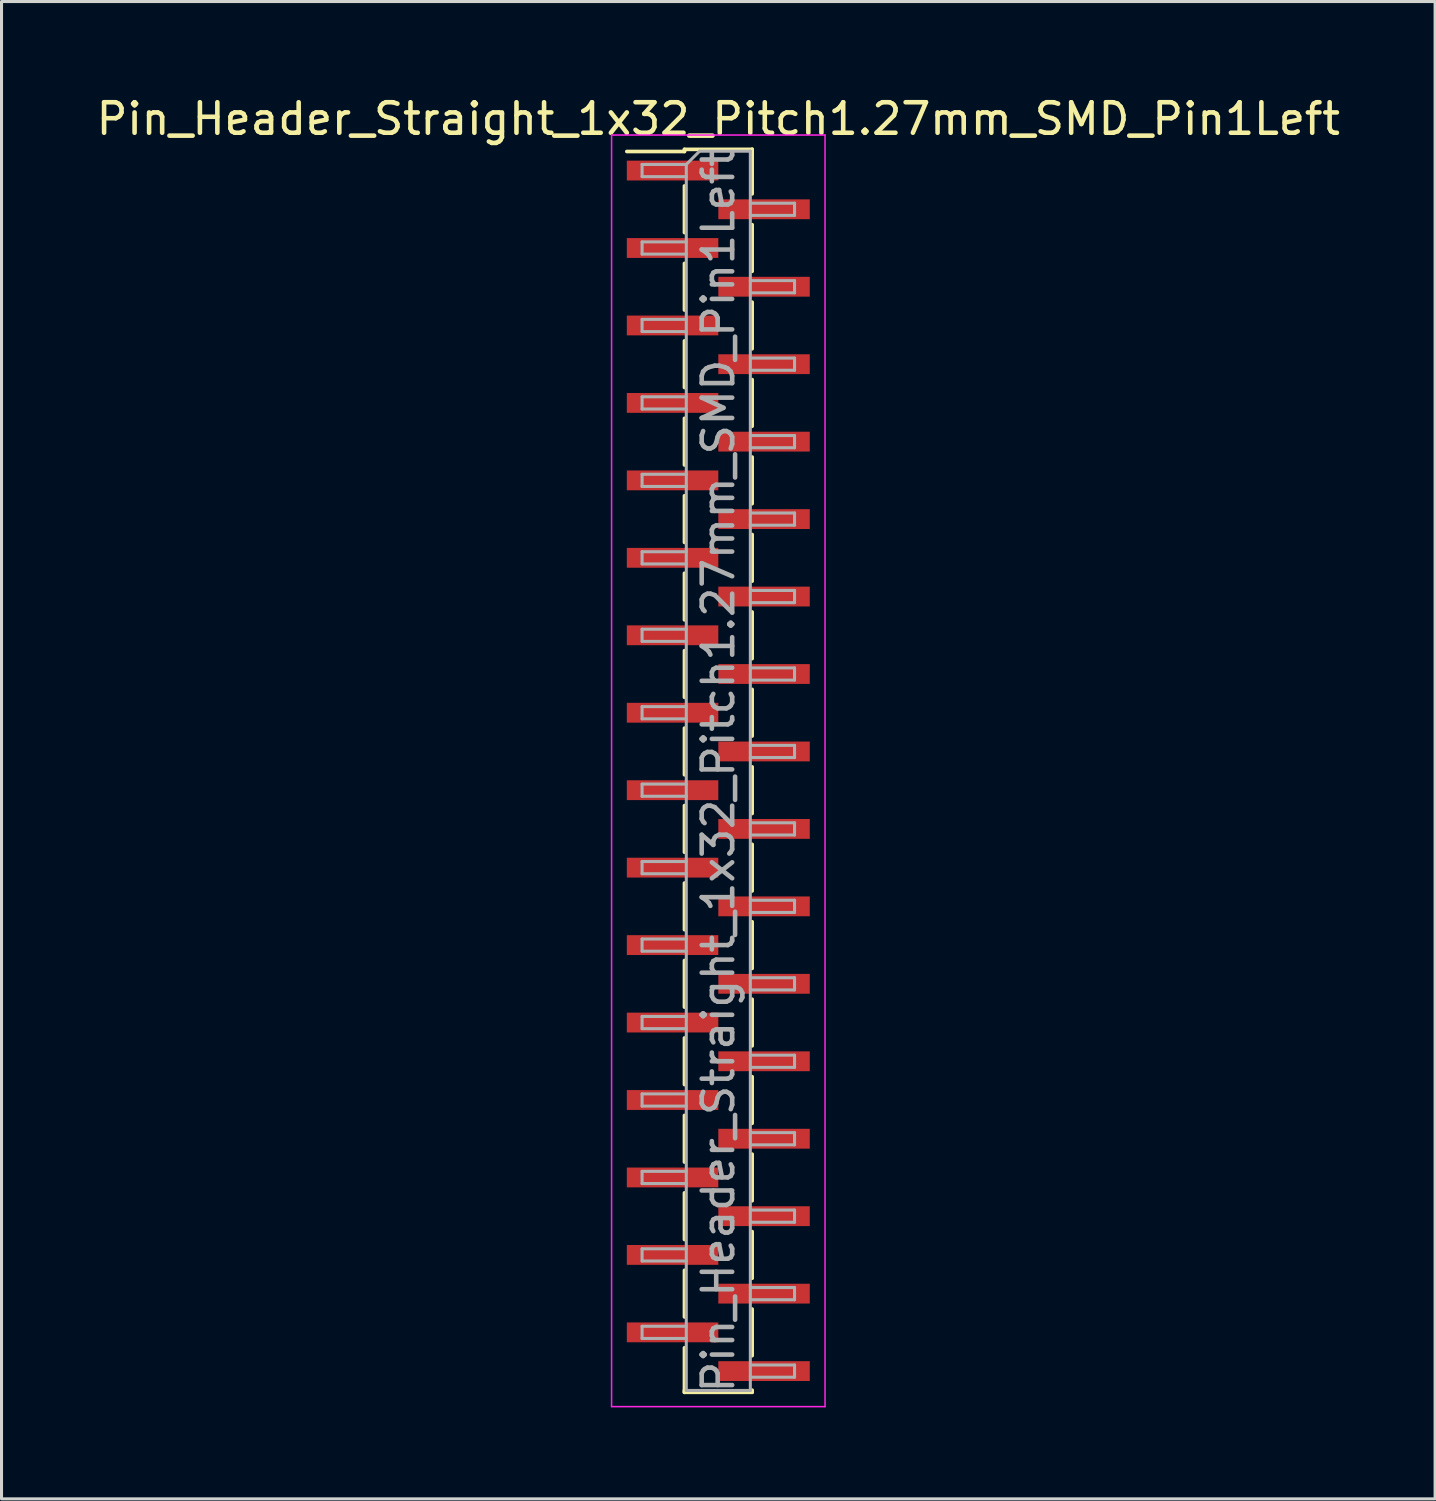
<source format=kicad_pcb>
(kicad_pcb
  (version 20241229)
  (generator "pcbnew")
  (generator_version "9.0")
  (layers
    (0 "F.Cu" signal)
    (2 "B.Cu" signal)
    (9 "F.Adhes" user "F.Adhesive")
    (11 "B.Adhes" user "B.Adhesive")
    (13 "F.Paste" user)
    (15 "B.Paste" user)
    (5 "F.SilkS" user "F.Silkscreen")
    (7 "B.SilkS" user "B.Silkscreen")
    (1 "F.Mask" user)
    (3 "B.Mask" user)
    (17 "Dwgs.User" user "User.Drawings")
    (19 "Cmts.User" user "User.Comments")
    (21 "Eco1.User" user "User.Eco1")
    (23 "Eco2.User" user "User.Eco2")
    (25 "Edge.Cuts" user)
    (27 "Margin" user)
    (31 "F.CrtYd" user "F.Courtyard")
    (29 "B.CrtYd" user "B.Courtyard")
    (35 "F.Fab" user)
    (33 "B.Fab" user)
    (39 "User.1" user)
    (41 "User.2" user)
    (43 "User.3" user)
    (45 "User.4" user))
  (footprint "Pin_Header_Straight_1x32_Pitch1.27mm_SMD_Pin1Left"
    (layer "F.Cu")
    (at 20.506 22.228)
    (property "Reference" "Pin_Header_Straight_1x32_Pitch1.27mm_SMD_Pin1Left" (at 0 -21.38 0) (layer "F.SilkS") (effects (font (size 1 1) (thickness 0.15))))
    (attr smd)
    (fp_line (start -1.11 -20.38) (end 1.11 -20.38) (stroke (width 0.12) (type solid)) (layer "F.SilkS"))
    (fp_line (start -1.11 -20.31) (end -3 -20.31) (stroke (width 0.12) (type solid)) (layer "F.SilkS"))
    (fp_line (start -1.11 -20.31) (end -1.11 -20.38) (stroke (width 0.12) (type solid)) (layer "F.SilkS"))
    (fp_line (start -1.11 -19.18) (end -1.11 -17.65) (stroke (width 0.12) (type solid)) (layer "F.SilkS"))
    (fp_line (start -1.11 -16.64) (end -1.11 -15.11) (stroke (width 0.12) (type solid)) (layer "F.SilkS"))
    (fp_line (start -1.11 -14.1) (end -1.11 -12.57) (stroke (width 0.12) (type solid)) (layer "F.SilkS"))
    (fp_line (start -1.11 -11.56) (end -1.11 -10.03) (stroke (width 0.12) (type solid)) (layer "F.SilkS"))
    (fp_line (start -1.11 -9.02) (end -1.11 -7.49) (stroke (width 0.12) (type solid)) (layer "F.SilkS"))
    (fp_line (start -1.11 -6.48) (end -1.11 -4.95) (stroke (width 0.12) (type solid)) (layer "F.SilkS"))
    (fp_line (start -1.11 -3.94) (end -1.11 -2.41) (stroke (width 0.12) (type solid)) (layer "F.SilkS"))
    (fp_line (start -1.11 -1.4) (end -1.11 0.13) (stroke (width 0.12) (type solid)) (layer "F.SilkS"))
    (fp_line (start -1.11 1.14) (end -1.11 2.67) (stroke (width 0.12) (type solid)) (layer "F.SilkS"))
    (fp_line (start -1.11 3.68) (end -1.11 5.21) (stroke (width 0.12) (type solid)) (layer "F.SilkS"))
    (fp_line (start -1.11 6.22) (end -1.11 7.75) (stroke (width 0.12) (type solid)) (layer "F.SilkS"))
    (fp_line (start -1.11 8.76) (end -1.11 10.29) (stroke (width 0.12) (type solid)) (layer "F.SilkS"))
    (fp_line (start -1.11 11.3) (end -1.11 12.83) (stroke (width 0.12) (type solid)) (layer "F.SilkS"))
    (fp_line (start -1.11 13.84) (end -1.11 15.37) (stroke (width 0.12) (type solid)) (layer "F.SilkS"))
    (fp_line (start -1.11 16.38) (end -1.11 17.91) (stroke (width 0.12) (type solid)) (layer "F.SilkS"))
    (fp_line (start -1.11 18.92) (end -1.11 20.38) (stroke (width 0.12) (type solid)) (layer "F.SilkS"))
    (fp_line (start -1.11 20.31) (end -1.11 20.38) (stroke (width 0.12) (type solid)) (layer "F.SilkS"))
    (fp_line (start -1.11 20.38) (end 1.11 20.38) (stroke (width 0.12) (type solid)) (layer "F.SilkS"))
    (fp_line (start 1.11 -20.38) (end 1.11 -20.31) (stroke (width 0.12) (type solid)) (layer "F.SilkS"))
    (fp_line (start 1.11 -20.38) (end 1.11 -18.92) (stroke (width 0.12) (type solid)) (layer "F.SilkS"))
    (fp_line (start 1.11 -17.91) (end 1.11 -16.38) (stroke (width 0.12) (type solid)) (layer "F.SilkS"))
    (fp_line (start 1.11 -15.37) (end 1.11 -13.84) (stroke (width 0.12) (type solid)) (layer "F.SilkS"))
    (fp_line (start 1.11 -12.83) (end 1.11 -11.3) (stroke (width 0.12) (type solid)) (layer "F.SilkS"))
    (fp_line (start 1.11 -10.29) (end 1.11 -8.76) (stroke (width 0.12) (type solid)) (layer "F.SilkS"))
    (fp_line (start 1.11 -7.75) (end 1.11 -6.22) (stroke (width 0.12) (type solid)) (layer "F.SilkS"))
    (fp_line (start 1.11 -5.21) (end 1.11 -3.68) (stroke (width 0.12) (type solid)) (layer "F.SilkS"))
    (fp_line (start 1.11 -2.67) (end 1.11 -1.14) (stroke (width 0.12) (type solid)) (layer "F.SilkS"))
    (fp_line (start 1.11 -0.13) (end 1.11 1.4) (stroke (width 0.12) (type solid)) (layer "F.SilkS"))
    (fp_line (start 1.11 2.41) (end 1.11 3.94) (stroke (width 0.12) (type solid)) (layer "F.SilkS"))
    (fp_line (start 1.11 4.95) (end 1.11 6.48) (stroke (width 0.12) (type solid)) (layer "F.SilkS"))
    (fp_line (start 1.11 7.49) (end 1.11 9.02) (stroke (width 0.12) (type solid)) (layer "F.SilkS"))
    (fp_line (start 1.11 10.03) (end 1.11 11.56) (stroke (width 0.12) (type solid)) (layer "F.SilkS"))
    (fp_line (start 1.11 12.57) (end 1.11 14.1) (stroke (width 0.12) (type solid)) (layer "F.SilkS"))
    (fp_line (start 1.11 15.11) (end 1.11 16.64) (stroke (width 0.12) (type solid)) (layer "F.SilkS"))
    (fp_line (start 1.11 17.65) (end 1.11 19.18) (stroke (width 0.12) (type solid)) (layer "F.SilkS"))
    (fp_line (start 1.11 20.38) (end 1.11 20.31) (stroke (width 0.12) (type solid)) (layer "F.SilkS"))
    (fp_line (start -3.5 -20.85) (end -3.5 20.85) (stroke (width 0.05) (type solid)) (layer "F.CrtYd"))
    (fp_line (start -3.5 20.85) (end 3.5 20.85) (stroke (width 0.05) (type solid)) (layer "F.CrtYd"))
    (fp_line (start 3.5 -20.85) (end -3.5 -20.85) (stroke (width 0.05) (type solid)) (layer "F.CrtYd"))
    (fp_line (start 3.5 20.85) (end 3.5 -20.85) (stroke (width 0.05) (type solid)) (layer "F.CrtYd"))
    (fp_line (start -2.5 -19.885) (end -2.5 -19.485) (stroke (width 0.1) (type solid)) (layer "F.Fab"))
    (fp_line (start -2.5 -19.485) (end -1.05 -19.485) (stroke (width 0.1) (type solid)) (layer "F.Fab"))
    (fp_line (start -2.5 -17.345) (end -2.5 -16.945) (stroke (width 0.1) (type solid)) (layer "F.Fab"))
    (fp_line (start -2.5 -16.945) (end -1.05 -16.945) (stroke (width 0.1) (type solid)) (layer "F.Fab"))
    (fp_line (start -2.5 -14.805) (end -2.5 -14.405) (stroke (width 0.1) (type solid)) (layer "F.Fab"))
    (fp_line (start -2.5 -14.405) (end -1.05 -14.405) (stroke (width 0.1) (type solid)) (layer "F.Fab"))
    (fp_line (start -2.5 -12.265) (end -2.5 -11.865) (stroke (width 0.1) (type solid)) (layer "F.Fab"))
    (fp_line (start -2.5 -11.865) (end -1.05 -11.865) (stroke (width 0.1) (type solid)) (layer "F.Fab"))
    (fp_line (start -2.5 -9.725) (end -2.5 -9.325) (stroke (width 0.1) (type solid)) (layer "F.Fab"))
    (fp_line (start -2.5 -9.325) (end -1.05 -9.325) (stroke (width 0.1) (type solid)) (layer "F.Fab"))
    (fp_line (start -2.5 -7.185) (end -2.5 -6.785) (stroke (width 0.1) (type solid)) (layer "F.Fab"))
    (fp_line (start -2.5 -6.785) (end -1.05 -6.785) (stroke (width 0.1) (type solid)) (layer "F.Fab"))
    (fp_line (start -2.5 -4.645) (end -2.5 -4.245) (stroke (width 0.1) (type solid)) (layer "F.Fab"))
    (fp_line (start -2.5 -4.245) (end -1.05 -4.245) (stroke (width 0.1) (type solid)) (layer "F.Fab"))
    (fp_line (start -2.5 -2.105) (end -2.5 -1.705) (stroke (width 0.1) (type solid)) (layer "F.Fab"))
    (fp_line (start -2.5 -1.705) (end -1.05 -1.705) (stroke (width 0.1) (type solid)) (layer "F.Fab"))
    (fp_line (start -2.5 0.435) (end -2.5 0.835) (stroke (width 0.1) (type solid)) (layer "F.Fab"))
    (fp_line (start -2.5 0.835) (end -1.05 0.835) (stroke (width 0.1) (type solid)) (layer "F.Fab"))
    (fp_line (start -2.5 2.975) (end -2.5 3.375) (stroke (width 0.1) (type solid)) (layer "F.Fab"))
    (fp_line (start -2.5 3.375) (end -1.05 3.375) (stroke (width 0.1) (type solid)) (layer "F.Fab"))
    (fp_line (start -2.5 5.515) (end -2.5 5.915) (stroke (width 0.1) (type solid)) (layer "F.Fab"))
    (fp_line (start -2.5 5.915) (end -1.05 5.915) (stroke (width 0.1) (type solid)) (layer "F.Fab"))
    (fp_line (start -2.5 8.055) (end -2.5 8.455) (stroke (width 0.1) (type solid)) (layer "F.Fab"))
    (fp_line (start -2.5 8.455) (end -1.05 8.455) (stroke (width 0.1) (type solid)) (layer "F.Fab"))
    (fp_line (start -2.5 10.595) (end -2.5 10.995) (stroke (width 0.1) (type solid)) (layer "F.Fab"))
    (fp_line (start -2.5 10.995) (end -1.05 10.995) (stroke (width 0.1) (type solid)) (layer "F.Fab"))
    (fp_line (start -2.5 13.135) (end -2.5 13.535) (stroke (width 0.1) (type solid)) (layer "F.Fab"))
    (fp_line (start -2.5 13.535) (end -1.05 13.535) (stroke (width 0.1) (type solid)) (layer "F.Fab"))
    (fp_line (start -2.5 15.675) (end -2.5 16.075) (stroke (width 0.1) (type solid)) (layer "F.Fab"))
    (fp_line (start -2.5 16.075) (end -1.05 16.075) (stroke (width 0.1) (type solid)) (layer "F.Fab"))
    (fp_line (start -2.5 18.215) (end -2.5 18.615) (stroke (width 0.1) (type solid)) (layer "F.Fab"))
    (fp_line (start -2.5 18.615) (end -1.05 18.615) (stroke (width 0.1) (type solid)) (layer "F.Fab"))
    (fp_line (start -1.05 -19.885) (end -2.5 -19.885) (stroke (width 0.1) (type solid)) (layer "F.Fab"))
    (fp_line (start -1.05 -19.885) (end -0.615 -20.32) (stroke (width 0.1) (type solid)) (layer "F.Fab"))
    (fp_line (start -1.05 -17.345) (end -2.5 -17.345) (stroke (width 0.1) (type solid)) (layer "F.Fab"))
    (fp_line (start -1.05 -14.805) (end -2.5 -14.805) (stroke (width 0.1) (type solid)) (layer "F.Fab"))
    (fp_line (start -1.05 -12.265) (end -2.5 -12.265) (stroke (width 0.1) (type solid)) (layer "F.Fab"))
    (fp_line (start -1.05 -9.725) (end -2.5 -9.725) (stroke (width 0.1) (type solid)) (layer "F.Fab"))
    (fp_line (start -1.05 -7.185) (end -2.5 -7.185) (stroke (width 0.1) (type solid)) (layer "F.Fab"))
    (fp_line (start -1.05 -4.645) (end -2.5 -4.645) (stroke (width 0.1) (type solid)) (layer "F.Fab"))
    (fp_line (start -1.05 -2.105) (end -2.5 -2.105) (stroke (width 0.1) (type solid)) (layer "F.Fab"))
    (fp_line (start -1.05 0.435) (end -2.5 0.435) (stroke (width 0.1) (type solid)) (layer "F.Fab"))
    (fp_line (start -1.05 2.975) (end -2.5 2.975) (stroke (width 0.1) (type solid)) (layer "F.Fab"))
    (fp_line (start -1.05 5.515) (end -2.5 5.515) (stroke (width 0.1) (type solid)) (layer "F.Fab"))
    (fp_line (start -1.05 8.055) (end -2.5 8.055) (stroke (width 0.1) (type solid)) (layer "F.Fab"))
    (fp_line (start -1.05 10.595) (end -2.5 10.595) (stroke (width 0.1) (type solid)) (layer "F.Fab"))
    (fp_line (start -1.05 13.135) (end -2.5 13.135) (stroke (width 0.1) (type solid)) (layer "F.Fab"))
    (fp_line (start -1.05 15.675) (end -2.5 15.675) (stroke (width 0.1) (type solid)) (layer "F.Fab"))
    (fp_line (start -1.05 18.215) (end -2.5 18.215) (stroke (width 0.1) (type solid)) (layer "F.Fab"))
    (fp_line (start -1.05 20.32) (end -1.05 -19.885) (stroke (width 0.1) (type solid)) (layer "F.Fab"))
    (fp_line (start -0.615 -20.32) (end 1.05 -20.32) (stroke (width 0.1) (type solid)) (layer "F.Fab"))
    (fp_line (start 1.05 -20.32) (end 1.05 20.32) (stroke (width 0.1) (type solid)) (layer "F.Fab"))
    (fp_line (start 1.05 -18.615) (end 2.5 -18.615) (stroke (width 0.1) (type solid)) (layer "F.Fab"))
    (fp_line (start 1.05 -16.075) (end 2.5 -16.075) (stroke (width 0.1) (type solid)) (layer "F.Fab"))
    (fp_line (start 1.05 -13.535) (end 2.5 -13.535) (stroke (width 0.1) (type solid)) (layer "F.Fab"))
    (fp_line (start 1.05 -10.995) (end 2.5 -10.995) (stroke (width 0.1) (type solid)) (layer "F.Fab"))
    (fp_line (start 1.05 -8.455) (end 2.5 -8.455) (stroke (width 0.1) (type solid)) (layer "F.Fab"))
    (fp_line (start 1.05 -5.915) (end 2.5 -5.915) (stroke (width 0.1) (type solid)) (layer "F.Fab"))
    (fp_line (start 1.05 -3.375) (end 2.5 -3.375) (stroke (width 0.1) (type solid)) (layer "F.Fab"))
    (fp_line (start 1.05 -0.835) (end 2.5 -0.835) (stroke (width 0.1) (type solid)) (layer "F.Fab"))
    (fp_line (start 1.05 1.705) (end 2.5 1.705) (stroke (width 0.1) (type solid)) (layer "F.Fab"))
    (fp_line (start 1.05 4.245) (end 2.5 4.245) (stroke (width 0.1) (type solid)) (layer "F.Fab"))
    (fp_line (start 1.05 6.785) (end 2.5 6.785) (stroke (width 0.1) (type solid)) (layer "F.Fab"))
    (fp_line (start 1.05 9.325) (end 2.5 9.325) (stroke (width 0.1) (type solid)) (layer "F.Fab"))
    (fp_line (start 1.05 11.865) (end 2.5 11.865) (stroke (width 0.1) (type solid)) (layer "F.Fab"))
    (fp_line (start 1.05 14.405) (end 2.5 14.405) (stroke (width 0.1) (type solid)) (layer "F.Fab"))
    (fp_line (start 1.05 16.945) (end 2.5 16.945) (stroke (width 0.1) (type solid)) (layer "F.Fab"))
    (fp_line (start 1.05 19.485) (end 2.5 19.485) (stroke (width 0.1) (type solid)) (layer "F.Fab"))
    (fp_line (start 1.05 20.32) (end -1.05 20.32) (stroke (width 0.1) (type solid)) (layer "F.Fab"))
    (fp_line (start 2.5 -18.615) (end 2.5 -18.215) (stroke (width 0.1) (type solid)) (layer "F.Fab"))
    (fp_line (start 2.5 -18.215) (end 1.05 -18.215) (stroke (width 0.1) (type solid)) (layer "F.Fab"))
    (fp_line (start 2.5 -16.075) (end 2.5 -15.675) (stroke (width 0.1) (type solid)) (layer "F.Fab"))
    (fp_line (start 2.5 -15.675) (end 1.05 -15.675) (stroke (width 0.1) (type solid)) (layer "F.Fab"))
    (fp_line (start 2.5 -13.535) (end 2.5 -13.135) (stroke (width 0.1) (type solid)) (layer "F.Fab"))
    (fp_line (start 2.5 -13.135) (end 1.05 -13.135) (stroke (width 0.1) (type solid)) (layer "F.Fab"))
    (fp_line (start 2.5 -10.995) (end 2.5 -10.595) (stroke (width 0.1) (type solid)) (layer "F.Fab"))
    (fp_line (start 2.5 -10.595) (end 1.05 -10.595) (stroke (width 0.1) (type solid)) (layer "F.Fab"))
    (fp_line (start 2.5 -8.455) (end 2.5 -8.055) (stroke (width 0.1) (type solid)) (layer "F.Fab"))
    (fp_line (start 2.5 -8.055) (end 1.05 -8.055) (stroke (width 0.1) (type solid)) (layer "F.Fab"))
    (fp_line (start 2.5 -5.915) (end 2.5 -5.515) (stroke (width 0.1) (type solid)) (layer "F.Fab"))
    (fp_line (start 2.5 -5.515) (end 1.05 -5.515) (stroke (width 0.1) (type solid)) (layer "F.Fab"))
    (fp_line (start 2.5 -3.375) (end 2.5 -2.975) (stroke (width 0.1) (type solid)) (layer "F.Fab"))
    (fp_line (start 2.5 -2.975) (end 1.05 -2.975) (stroke (width 0.1) (type solid)) (layer "F.Fab"))
    (fp_line (start 2.5 -0.835) (end 2.5 -0.435) (stroke (width 0.1) (type solid)) (layer "F.Fab"))
    (fp_line (start 2.5 -0.435) (end 1.05 -0.435) (stroke (width 0.1) (type solid)) (layer "F.Fab"))
    (fp_line (start 2.5 1.705) (end 2.5 2.105) (stroke (width 0.1) (type solid)) (layer "F.Fab"))
    (fp_line (start 2.5 2.105) (end 1.05 2.105) (stroke (width 0.1) (type solid)) (layer "F.Fab"))
    (fp_line (start 2.5 4.245) (end 2.5 4.645) (stroke (width 0.1) (type solid)) (layer "F.Fab"))
    (fp_line (start 2.5 4.645) (end 1.05 4.645) (stroke (width 0.1) (type solid)) (layer "F.Fab"))
    (fp_line (start 2.5 6.785) (end 2.5 7.185) (stroke (width 0.1) (type solid)) (layer "F.Fab"))
    (fp_line (start 2.5 7.185) (end 1.05 7.185) (stroke (width 0.1) (type solid)) (layer "F.Fab"))
    (fp_line (start 2.5 9.325) (end 2.5 9.725) (stroke (width 0.1) (type solid)) (layer "F.Fab"))
    (fp_line (start 2.5 9.725) (end 1.05 9.725) (stroke (width 0.1) (type solid)) (layer "F.Fab"))
    (fp_line (start 2.5 11.865) (end 2.5 12.265) (stroke (width 0.1) (type solid)) (layer "F.Fab"))
    (fp_line (start 2.5 12.265) (end 1.05 12.265) (stroke (width 0.1) (type solid)) (layer "F.Fab"))
    (fp_line (start 2.5 14.405) (end 2.5 14.805) (stroke (width 0.1) (type solid)) (layer "F.Fab"))
    (fp_line (start 2.5 14.805) (end 1.05 14.805) (stroke (width 0.1) (type solid)) (layer "F.Fab"))
    (fp_line (start 2.5 16.945) (end 2.5 17.345) (stroke (width 0.1) (type solid)) (layer "F.Fab"))
    (fp_line (start 2.5 17.345) (end 1.05 17.345) (stroke (width 0.1) (type solid)) (layer "F.Fab"))
    (fp_line (start 2.5 19.485) (end 2.5 19.885) (stroke (width 0.1) (type solid)) (layer "F.Fab"))
    (fp_line (start 2.5 19.885) (end 1.05 19.885) (stroke (width 0.1) (type solid)) (layer "F.Fab"))
    (fp_text user "${REFERENCE}" (at 0 0 90) (layer "F.Fab") (effects (font (size 1 1) (thickness 0.15))))
    (pad "1" smd rect (at -1.5 -19.685) (size 3 0.65) (layers "F.Cu" "F.Mask" "F.Paste"))
    (pad "2" smd rect (at 1.5 -18.415) (size 3 0.65) (layers "F.Cu" "F.Mask" "F.Paste"))
    (pad "3" smd rect (at -1.5 -17.145) (size 3 0.65) (layers "F.Cu" "F.Mask" "F.Paste"))
    (pad "4" smd rect (at 1.5 -15.875) (size 3 0.65) (layers "F.Cu" "F.Mask" "F.Paste"))
    (pad "5" smd rect (at -1.5 -14.605) (size 3 0.65) (layers "F.Cu" "F.Mask" "F.Paste"))
    (pad "6" smd rect (at 1.5 -13.335) (size 3 0.65) (layers "F.Cu" "F.Mask" "F.Paste"))
    (pad "7" smd rect (at -1.5 -12.065) (size 3 0.65) (layers "F.Cu" "F.Mask" "F.Paste"))
    (pad "8" smd rect (at 1.5 -10.795) (size 3 0.65) (layers "F.Cu" "F.Mask" "F.Paste"))
    (pad "9" smd rect (at -1.5 -9.525) (size 3 0.65) (layers "F.Cu" "F.Mask" "F.Paste"))
    (pad "10" smd rect (at 1.5 -8.255) (size 3 0.65) (layers "F.Cu" "F.Mask" "F.Paste"))
    (pad "11" smd rect (at -1.5 -6.985) (size 3 0.65) (layers "F.Cu" "F.Mask" "F.Paste"))
    (pad "12" smd rect (at 1.5 -5.715) (size 3 0.65) (layers "F.Cu" "F.Mask" "F.Paste"))
    (pad "13" smd rect (at -1.5 -4.445) (size 3 0.65) (layers "F.Cu" "F.Mask" "F.Paste"))
    (pad "14" smd rect (at 1.5 -3.175) (size 3 0.65) (layers "F.Cu" "F.Mask" "F.Paste"))
    (pad "15" smd rect (at -1.5 -1.905) (size 3 0.65) (layers "F.Cu" "F.Mask" "F.Paste"))
    (pad "16" smd rect (at 1.5 -0.635) (size 3 0.65) (layers "F.Cu" "F.Mask" "F.Paste"))
    (pad "17" smd rect (at -1.5 0.635) (size 3 0.65) (layers "F.Cu" "F.Mask" "F.Paste"))
    (pad "18" smd rect (at 1.5 1.905) (size 3 0.65) (layers "F.Cu" "F.Mask" "F.Paste"))
    (pad "19" smd rect (at -1.5 3.175) (size 3 0.65) (layers "F.Cu" "F.Mask" "F.Paste"))
    (pad "20" smd rect (at 1.5 4.445) (size 3 0.65) (layers "F.Cu" "F.Mask" "F.Paste"))
    (pad "21" smd rect (at -1.5 5.715) (size 3 0.65) (layers "F.Cu" "F.Mask" "F.Paste"))
    (pad "22" smd rect (at 1.5 6.985) (size 3 0.65) (layers "F.Cu" "F.Mask" "F.Paste"))
    (pad "23" smd rect (at -1.5 8.255) (size 3 0.65) (layers "F.Cu" "F.Mask" "F.Paste"))
    (pad "24" smd rect (at 1.5 9.525) (size 3 0.65) (layers "F.Cu" "F.Mask" "F.Paste"))
    (pad "25" smd rect (at -1.5 10.795) (size 3 0.65) (layers "F.Cu" "F.Mask" "F.Paste"))
    (pad "26" smd rect (at 1.5 12.065) (size 3 0.65) (layers "F.Cu" "F.Mask" "F.Paste"))
    (pad "27" smd rect (at -1.5 13.335) (size 3 0.65) (layers "F.Cu" "F.Mask" "F.Paste"))
    (pad "28" smd rect (at 1.5 14.605) (size 3 0.65) (layers "F.Cu" "F.Mask" "F.Paste"))
    (pad "29" smd rect (at -1.5 15.875) (size 3 0.65) (layers "F.Cu" "F.Mask" "F.Paste"))
    (pad "30" smd rect (at 1.5 17.145) (size 3 0.65) (layers "F.Cu" "F.Mask" "F.Paste"))
    (pad "31" smd rect (at -1.5 18.415) (size 3 0.65) (layers "F.Cu" "F.Mask" "F.Paste"))
    (pad "32" smd rect (at 1.5 19.685) (size 3 0.65) (layers "F.Cu" "F.Mask" "F.Paste")))
  (gr_rect
    (start -3 -3)
    (end 44.012 46.103)
    (stroke (width 0.1) (type default))
    (fill no)
    (layer "Edge.Cuts")))
</source>
